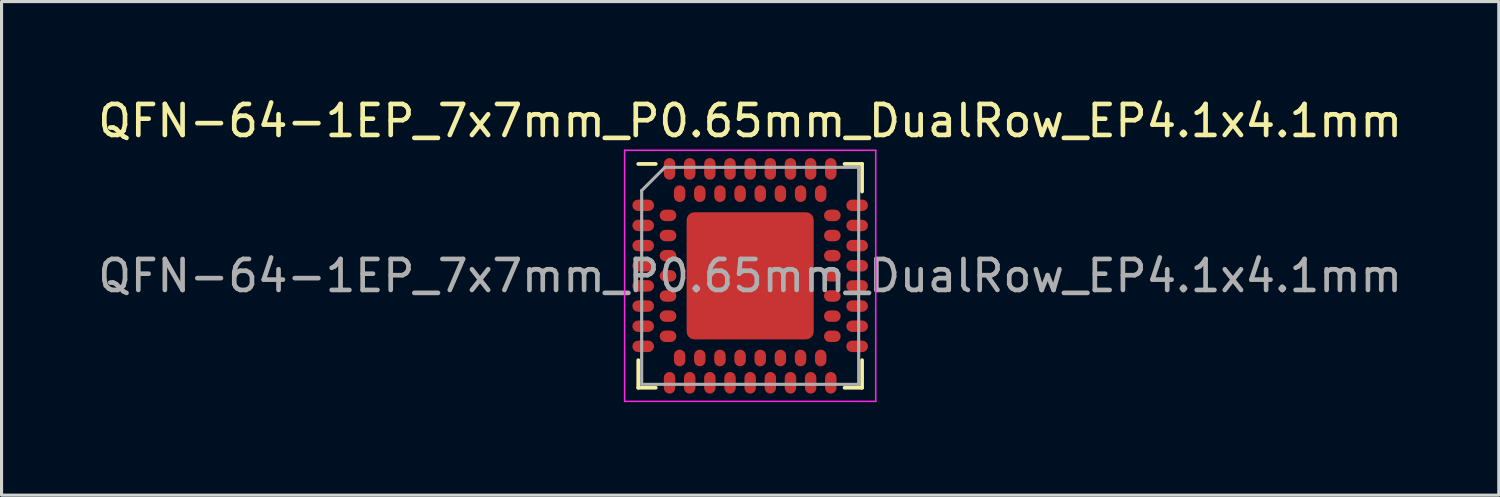
<source format=kicad_pcb>
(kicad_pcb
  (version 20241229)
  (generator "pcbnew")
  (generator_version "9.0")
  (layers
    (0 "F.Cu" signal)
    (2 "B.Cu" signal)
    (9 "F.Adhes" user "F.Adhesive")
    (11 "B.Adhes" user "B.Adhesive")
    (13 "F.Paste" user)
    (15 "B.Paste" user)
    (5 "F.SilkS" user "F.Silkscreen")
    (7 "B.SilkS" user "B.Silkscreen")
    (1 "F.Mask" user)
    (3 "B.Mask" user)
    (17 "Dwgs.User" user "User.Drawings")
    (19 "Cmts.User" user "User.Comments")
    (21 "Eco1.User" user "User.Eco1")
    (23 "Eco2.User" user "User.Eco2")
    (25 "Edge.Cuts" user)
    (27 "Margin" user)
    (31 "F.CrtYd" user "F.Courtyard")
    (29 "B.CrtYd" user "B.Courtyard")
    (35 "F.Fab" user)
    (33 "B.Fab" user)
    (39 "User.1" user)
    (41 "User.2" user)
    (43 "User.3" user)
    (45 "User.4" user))
  (footprint "QFN-64-1EP_7x7mm_P0.65mm_DualRow_EP4.1x4.1mm"
    (layer "F.Cu")
    (at 21.149 5.848)
    (property "Reference" "QFN-64-1EP_7x7mm_P0.65mm_DualRow_EP4.1x4.1mm" (at 0 -5 0) (layer "F.SilkS") (effects (font (size 1 1) (thickness 0.15))))
    (attr smd)
    (fp_line (start -3.61 3.61) (end -3.61 2.72) (stroke (width 0.12) (type solid)) (layer "F.SilkS"))
    (fp_line (start -3.045 -3.61) (end -3.61 -3.61) (stroke (width 0.12) (type solid)) (layer "F.SilkS"))
    (fp_line (start -3.045 3.61) (end -3.61 3.61) (stroke (width 0.12) (type solid)) (layer "F.SilkS"))
    (fp_line (start 3.045 -3.61) (end 3.61 -3.61) (stroke (width 0.12) (type solid)) (layer "F.SilkS"))
    (fp_line (start 3.61 -3.61) (end 3.61 -2.72) (stroke (width 0.12) (type solid)) (layer "F.SilkS"))
    (fp_line (start 3.61 2.72) (end 3.61 3.61) (stroke (width 0.12) (type solid)) (layer "F.SilkS"))
    (fp_line (start 3.61 3.61) (end 3.045 3.61) (stroke (width 0.12) (type solid)) (layer "F.SilkS"))
    (fp_line (start -4.05 -4.05) (end 4.05 -4.05) (stroke (width 0.05) (type solid)) (layer "F.CrtYd"))
    (fp_line (start -4.05 4.05) (end -4.05 -4.05) (stroke (width 0.05) (type solid)) (layer "F.CrtYd"))
    (fp_line (start 4.05 -4.05) (end 4.05 4.05) (stroke (width 0.05) (type solid)) (layer "F.CrtYd"))
    (fp_line (start 4.05 4.05) (end -4.05 4.05) (stroke (width 0.05) (type solid)) (layer "F.CrtYd"))
    (fp_line (start -3.5 -2.75) (end -2.75 -3.5) (stroke (width 0.1) (type solid)) (layer "F.Fab"))
    (fp_line (start -3.5 3.5) (end -3.5 -2.75) (stroke (width 0.1) (type solid)) (layer "F.Fab"))
    (fp_line (start -2.75 -3.5) (end 3.5 -3.5) (stroke (width 0.1) (type solid)) (layer "F.Fab"))
    (fp_line (start 3.5 -3.5) (end 3.5 3.5) (stroke (width 0.1) (type solid)) (layer "F.Fab"))
    (fp_line (start 3.5 3.5) (end -3.5 3.5) (stroke (width 0.1) (type solid)) (layer "F.Fab"))
    (fp_text user "${REFERENCE}" (at 0 0 0) (layer "F.Fab") (effects (font (size 1 1) (thickness 0.15))))
    (pad "" smd roundrect (at -1.3 -1.3) (size 1.15 1.15) (layers "F.Paste") (roundrect_rratio 0.1))
    (pad "" smd roundrect (at -1.3 0) (size 1.15 1.15) (layers "F.Paste") (roundrect_rratio 0.1))
    (pad "" smd roundrect (at -1.3 1.3) (size 1.15 1.15) (layers "F.Paste") (roundrect_rratio 0.1))
    (pad "" smd roundrect (at 0 -1.3) (size 1.15 1.15) (layers "F.Paste") (roundrect_rratio 0.1))
    (pad "" smd roundrect (at 0 0) (size 1.15 1.15) (layers "F.Paste") (roundrect_rratio 0.1))
    (pad "" smd roundrect (at 0 1.3) (size 1.15 1.15) (layers "F.Paste") (roundrect_rratio 0.1))
    (pad "" smd roundrect (at 1.3 -1.3) (size 1.15 1.15) (layers "F.Paste") (roundrect_rratio 0.1))
    (pad "" smd roundrect (at 1.3 0) (size 1.15 1.15) (layers "F.Paste") (roundrect_rratio 0.1))
    (pad "" smd roundrect (at 1.3 1.3) (size 1.15 1.15) (layers "F.Paste") (roundrect_rratio 0.1))
    (pad "A1" smd roundrect (at -3.45 -2.275) (size 0.7 0.37) (layers "F.Cu" "F.Mask" "F.Paste") (roundrect_rratio 0.5))
    (pad "A2" smd roundrect (at -3.45 -1.625) (size 0.7 0.37) (layers "F.Cu" "F.Mask" "F.Paste") (roundrect_rratio 0.5))
    (pad "A3" smd roundrect (at -3.45 -0.975) (size 0.7 0.37) (layers "F.Cu" "F.Mask" "F.Paste") (roundrect_rratio 0.5))
    (pad "A4" smd roundrect (at -3.45 -0.325) (size 0.7 0.37) (layers "F.Cu" "F.Mask" "F.Paste") (roundrect_rratio 0.5))
    (pad "A5" smd roundrect (at -3.45 0.325) (size 0.7 0.37) (layers "F.Cu" "F.Mask" "F.Paste") (roundrect_rratio 0.5))
    (pad "A6" smd roundrect (at -3.45 0.975) (size 0.7 0.37) (layers "F.Cu" "F.Mask" "F.Paste") (roundrect_rratio 0.5))
    (pad "A7" smd roundrect (at -3.45 1.625) (size 0.7 0.37) (layers "F.Cu" "F.Mask" "F.Paste") (roundrect_rratio 0.5))
    (pad "A8" smd roundrect (at -3.45 2.275) (size 0.7 0.37) (layers "F.Cu" "F.Mask" "F.Paste") (roundrect_rratio 0.5))
    (pad "A9" smd roundrect (at -2.6 3.45) (size 0.37 0.7) (layers "F.Cu" "F.Mask" "F.Paste") (roundrect_rratio 0.5))
    (pad "A10" smd roundrect (at -1.95 3.45) (size 0.37 0.7) (layers "F.Cu" "F.Mask" "F.Paste") (roundrect_rratio 0.5))
    (pad "A11" smd roundrect (at -1.3 3.45) (size 0.37 0.7) (layers "F.Cu" "F.Mask" "F.Paste") (roundrect_rratio 0.5))
    (pad "A12" smd roundrect (at -0.65 3.45) (size 0.37 0.7) (layers "F.Cu" "F.Mask" "F.Paste") (roundrect_rratio 0.5))
    (pad "A13" smd roundrect (at 0 3.45) (size 0.37 0.7) (layers "F.Cu" "F.Mask" "F.Paste") (roundrect_rratio 0.5))
    (pad "A14" smd roundrect (at 0.65 3.45) (size 0.37 0.7) (layers "F.Cu" "F.Mask" "F.Paste") (roundrect_rratio 0.5))
    (pad "A15" smd roundrect (at 1.3 3.45) (size 0.37 0.7) (layers "F.Cu" "F.Mask" "F.Paste") (roundrect_rratio 0.5))
    (pad "A16" smd roundrect (at 1.95 3.45) (size 0.37 0.7) (layers "F.Cu" "F.Mask" "F.Paste") (roundrect_rratio 0.5))
    (pad "A17" smd roundrect (at 2.6 3.45) (size 0.37 0.7) (layers "F.Cu" "F.Mask" "F.Paste") (roundrect_rratio 0.5))
    (pad "A18" smd roundrect (at 3.45 2.275) (size 0.7 0.37) (layers "F.Cu" "F.Mask" "F.Paste") (roundrect_rratio 0.5))
    (pad "A19" smd roundrect (at 3.45 1.625) (size 0.7 0.37) (layers "F.Cu" "F.Mask" "F.Paste") (roundrect_rratio 0.5))
    (pad "A20" smd roundrect (at 3.45 0.975) (size 0.7 0.37) (layers "F.Cu" "F.Mask" "F.Paste") (roundrect_rratio 0.5))
    (pad "A21" smd roundrect (at 3.45 0.325) (size 0.7 0.37) (layers "F.Cu" "F.Mask" "F.Paste") (roundrect_rratio 0.5))
    (pad "A22" smd roundrect (at 3.45 -0.325) (size 0.7 0.37) (layers "F.Cu" "F.Mask" "F.Paste") (roundrect_rratio 0.5))
    (pad "A23" smd roundrect (at 3.45 -0.975) (size 0.7 0.37) (layers "F.Cu" "F.Mask" "F.Paste") (roundrect_rratio 0.5))
    (pad "A24" smd roundrect (at 3.45 -1.625) (size 0.7 0.37) (layers "F.Cu" "F.Mask" "F.Paste") (roundrect_rratio 0.5))
    (pad "A25" smd roundrect (at 3.45 -2.275) (size 0.7 0.37) (layers "F.Cu" "F.Mask" "F.Paste") (roundrect_rratio 0.5))
    (pad "A26" smd roundrect (at 2.6 -3.45) (size 0.37 0.7) (layers "F.Cu" "F.Mask" "F.Paste") (roundrect_rratio 0.5))
    (pad "A27" smd roundrect (at 1.95 -3.45) (size 0.37 0.7) (layers "F.Cu" "F.Mask" "F.Paste") (roundrect_rratio 0.5))
    (pad "A28" smd roundrect (at 1.3 -3.45) (size 0.37 0.7) (layers "F.Cu" "F.Mask" "F.Paste") (roundrect_rratio 0.5))
    (pad "A29" smd roundrect (at 0.65 -3.45) (size 0.37 0.7) (layers "F.Cu" "F.Mask" "F.Paste") (roundrect_rratio 0.5))
    (pad "A30" smd roundrect (at 0 -3.45) (size 0.37 0.7) (layers "F.Cu" "F.Mask" "F.Paste") (roundrect_rratio 0.5))
    (pad "A31" smd roundrect (at -0.65 -3.45) (size 0.37 0.7) (layers "F.Cu" "F.Mask" "F.Paste") (roundrect_rratio 0.5))
    (pad "A32" smd roundrect (at -1.3 -3.45) (size 0.37 0.7) (layers "F.Cu" "F.Mask" "F.Paste") (roundrect_rratio 0.5))
    (pad "A33" smd roundrect (at -1.95 -3.45) (size 0.37 0.7) (layers "F.Cu" "F.Mask" "F.Paste") (roundrect_rratio 0.5))
    (pad "A34" smd roundrect (at -2.6 -3.45) (size 0.37 0.7) (layers "F.Cu" "F.Mask" "F.Paste") (roundrect_rratio 0.5))
    (pad "B1" smd roundrect (at -2.65 -1.95) (size 0.54 0.37) (layers "F.Cu" "F.Mask" "F.Paste") (roundrect_rratio 0.5))
    (pad "B2" smd roundrect (at -2.65 -1.3) (size 0.54 0.37) (layers "F.Cu" "F.Mask" "F.Paste") (roundrect_rratio 0.5))
    (pad "B3" smd roundrect (at -2.65 -0.65) (size 0.54 0.37) (layers "F.Cu" "F.Mask" "F.Paste") (roundrect_rratio 0.5))
    (pad "B4" smd roundrect (at -2.65 0) (size 0.54 0.37) (layers "F.Cu" "F.Mask" "F.Paste") (roundrect_rratio 0.5))
    (pad "B5" smd roundrect (at -2.65 0.65) (size 0.54 0.37) (layers "F.Cu" "F.Mask" "F.Paste") (roundrect_rratio 0.5))
    (pad "B6" smd roundrect (at -2.65 1.3) (size 0.54 0.37) (layers "F.Cu" "F.Mask" "F.Paste") (roundrect_rratio 0.5))
    (pad "B7" smd roundrect (at -2.65 1.95) (size 0.54 0.37) (layers "F.Cu" "F.Mask" "F.Paste") (roundrect_rratio 0.5))
    (pad "B8" smd roundrect (at -2.275 2.65) (size 0.37 0.54) (layers "F.Cu" "F.Mask" "F.Paste") (roundrect_rratio 0.5))
    (pad "B9" smd roundrect (at -1.625 2.65) (size 0.37 0.54) (layers "F.Cu" "F.Mask" "F.Paste") (roundrect_rratio 0.5))
    (pad "B10" smd roundrect (at -0.975 2.65) (size 0.37 0.54) (layers "F.Cu" "F.Mask" "F.Paste") (roundrect_rratio 0.5))
    (pad "B11" smd roundrect (at -0.325 2.65) (size 0.37 0.54) (layers "F.Cu" "F.Mask" "F.Paste") (roundrect_rratio 0.5))
    (pad "B12" smd roundrect (at 0.325 2.65) (size 0.37 0.54) (layers "F.Cu" "F.Mask" "F.Paste") (roundrect_rratio 0.5))
    (pad "B13" smd roundrect (at 0.975 2.65) (size 0.37 0.54) (layers "F.Cu" "F.Mask" "F.Paste") (roundrect_rratio 0.5))
    (pad "B14" smd roundrect (at 1.625 2.65) (size 0.37 0.54) (layers "F.Cu" "F.Mask" "F.Paste") (roundrect_rratio 0.5))
    (pad "B15" smd roundrect (at 2.275 2.65) (size 0.37 0.54) (layers "F.Cu" "F.Mask" "F.Paste") (roundrect_rratio 0.5))
    (pad "B16" smd roundrect (at 2.65 1.95) (size 0.54 0.37) (layers "F.Cu" "F.Mask" "F.Paste") (roundrect_rratio 0.5))
    (pad "B17" smd roundrect (at 2.65 1.3) (size 0.54 0.37) (layers "F.Cu" "F.Mask" "F.Paste") (roundrect_rratio 0.5))
    (pad "B18" smd roundrect (at 2.65 0.65) (size 0.54 0.37) (layers "F.Cu" "F.Mask" "F.Paste") (roundrect_rratio 0.5))
    (pad "B19" smd roundrect (at 2.65 0) (size 0.54 0.37) (layers "F.Cu" "F.Mask" "F.Paste") (roundrect_rratio 0.5))
    (pad "B20" smd roundrect (at 2.65 -0.65) (size 0.54 0.37) (layers "F.Cu" "F.Mask" "F.Paste") (roundrect_rratio 0.5))
    (pad "B21" smd roundrect (at 2.65 -1.3) (size 0.54 0.37) (layers "F.Cu" "F.Mask" "F.Paste") (roundrect_rratio 0.5))
    (pad "B22" smd roundrect (at 2.65 -1.95) (size 0.54 0.37) (layers "F.Cu" "F.Mask" "F.Paste") (roundrect_rratio 0.5))
    (pad "B23" smd roundrect (at 2.275 -2.65) (size 0.37 0.54) (layers "F.Cu" "F.Mask" "F.Paste") (roundrect_rratio 0.5))
    (pad "B24" smd roundrect (at 1.625 -2.65) (size 0.37 0.54) (layers "F.Cu" "F.Mask" "F.Paste") (roundrect_rratio 0.5))
    (pad "B25" smd roundrect (at 0.975 -2.65) (size 0.37 0.54) (layers "F.Cu" "F.Mask" "F.Paste") (roundrect_rratio 0.5))
    (pad "B26" smd roundrect (at 0.325 -2.65) (size 0.37 0.54) (layers "F.Cu" "F.Mask" "F.Paste") (roundrect_rratio 0.5))
    (pad "B27" smd roundrect (at -0.325 -2.65) (size 0.37 0.54) (layers "F.Cu" "F.Mask" "F.Paste") (roundrect_rratio 0.5))
    (pad "B28" smd roundrect (at -0.975 -2.65) (size 0.37 0.54) (layers "F.Cu" "F.Mask" "F.Paste") (roundrect_rratio 0.5))
    (pad "B29" smd roundrect (at -1.625 -2.65) (size 0.37 0.54) (layers "F.Cu" "F.Mask" "F.Paste") (roundrect_rratio 0.5))
    (pad "B30" smd roundrect (at -2.275 -2.65) (size 0.37 0.54) (layers "F.Cu" "F.Mask" "F.Paste") (roundrect_rratio 0.5))
    (pad "EP" smd roundrect (at 0 0) (size 4.1 4.1) (layers "F.Cu" "F.Mask") (roundrect_rratio 0.06)))
  (gr_rect
    (start -3 -3)
    (end 45.298 12.923)
    (stroke (width 0.1) (type default))
    (fill no)
    (layer "Edge.Cuts")))
</source>
